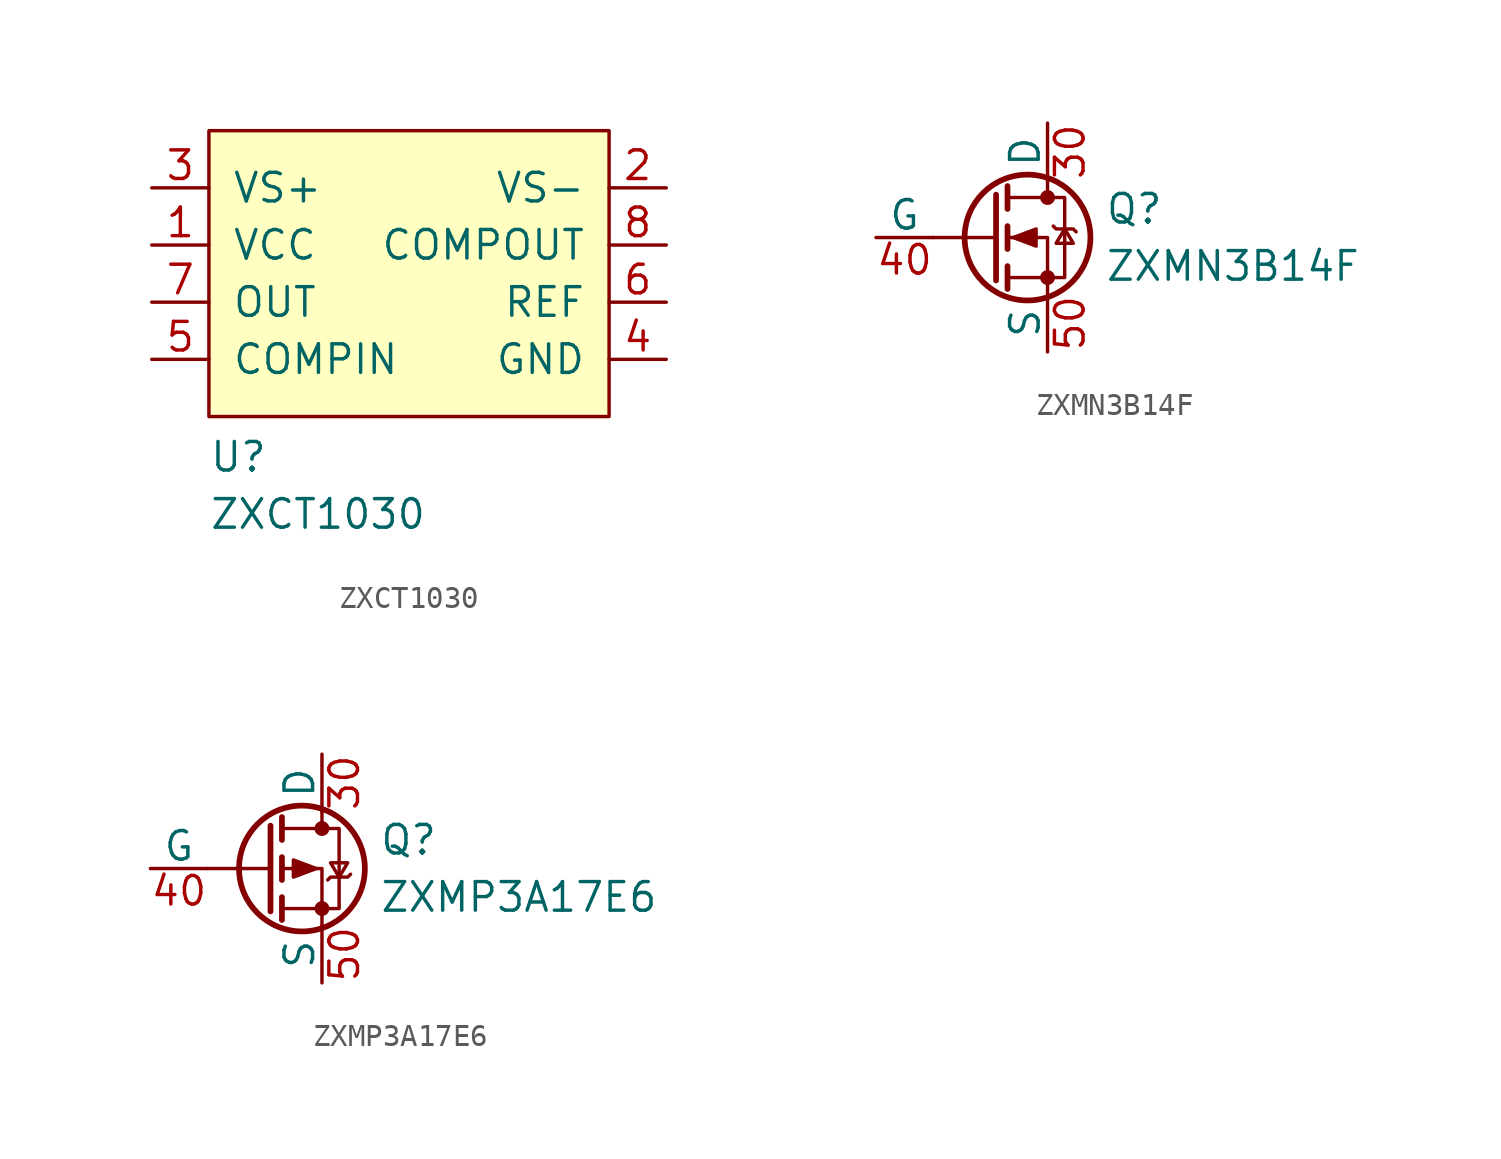
<source format=kicad_sym>
(kicad_symbol_lib
  (version 20211014)
  (generator kicad_symbol_editor)
  (symbol "ZXCT1030"
    (pin_names
      (offset 1.016))
    (property "Reference" "U"
      (at -8.89 -8.89 0)
      (effects (font (size 1.27 1.27)) (justify left bottom)))
    (property "Value" "ZXCT1030"
      (at -8.89 -11.43 0)
      (effects (font (size 1.27 1.27)) (justify left bottom)))
    (symbol "ZXCT1030_0_1"
      (rectangle (start -8.89 6.35) (end 8.89 -6.35) (stroke (width 0) (type default) (color 0 0 0 0)) (fill (type background))))
    (symbol "ZXCT1030_1_1"
      (pin passive line (at -11.43 1.27 0) (length 2.54) (name "VCC" (effects (font (size 1.27 1.27)))) (number "1" (effects (font (size 1.27 1.27)))))
      (pin passive line (at 11.43 3.81 180) (length 2.54) (name "VS-" (effects (font (size 1.27 1.27)))) (number "2" (effects (font (size 1.27 1.27)))))
      (pin passive line (at -11.43 3.81 0) (length 2.54) (name "VS+" (effects (font (size 1.27 1.27)))) (number "3" (effects (font (size 1.27 1.27)))))
      (pin passive line (at 11.43 -3.81 180) (length 2.54) (name "GND" (effects (font (size 1.27 1.27)))) (number "4" (effects (font (size 1.27 1.27)))))
      (pin passive line (at -11.43 -3.81 0) (length 2.54) (name "COMPIN" (effects (font (size 1.27 1.27)))) (number "5" (effects (font (size 1.27 1.27)))))
      (pin passive line (at 11.43 -1.27 180) (length 2.54) (name "REF" (effects (font (size 1.27 1.27)))) (number "6" (effects (font (size 1.27 1.27)))))
      (pin passive line (at -11.43 -1.27 0) (length 2.54) (name "OUT" (effects (font (size 1.27 1.27)))) (number "7" (effects (font (size 1.27 1.27)))))
      (pin passive line (at 11.43 1.27 180) (length 2.54) (name "COMPOUT" (effects (font (size 1.27 1.27)))) (number "8" (effects (font (size 1.27 1.27)))))))
  (symbol "ZXMN3B14F"
    (pin_names
      (offset 0))
    (property "Reference" "Q"
      (at 5.08 1.27 0)
      (effects (font (size 1.27 1.27)) (justify left)))
    (property "Value" "ZXMN3B14F"
      (at 5.08 -1.27 0)
      (effects (font (size 1.27 1.27)) (justify left)))
    (symbol "ZXMN3B14F_0_1"
      (polyline (pts (xy 0.254 0) (xy -2.54 0)) (stroke (width 0) (type default) (color 0 0 0 0)) (fill (type none)))
      (polyline (pts (xy 0.254 1.905) (xy 0.254 -1.905)) (stroke (width 0.254) (type default) (color 0 0 0 0)) (fill (type none)))
      (polyline (pts (xy 0.762 -1.27) (xy 0.762 -2.286)) (stroke (width 0.254) (type default) (color 0 0 0 0)) (fill (type none)))
      (polyline (pts (xy 0.762 0.508) (xy 0.762 -0.508)) (stroke (width 0.254) (type default) (color 0 0 0 0)) (fill (type none)))
      (polyline (pts (xy 0.762 2.286) (xy 0.762 1.27)) (stroke (width 0.254) (type default) (color 0 0 0 0)) (fill (type none)))
      (polyline (pts (xy 2.54 2.54) (xy 2.54 1.778)) (stroke (width 0) (type default) (color 0 0 0 0)) (fill (type none)))
      (polyline (pts (xy 2.54 -2.54) (xy 2.54 0) (xy 0.762 0)) (stroke (width 0) (type default) (color 0 0 0 0)) (fill (type none)))
      (polyline (pts (xy 0.762 -1.778) (xy 3.302 -1.778) (xy 3.302 1.778) (xy 0.762 1.778)) (stroke (width 0) (type default) (color 0 0 0 0)) (fill (type none)))
      (polyline (pts (xy 1.016 0) (xy 2.032 0.381) (xy 2.032 -0.381) (xy 1.016 0)) (stroke (width 0) (type default) (color 0 0 0 0)) (fill (type outline)))
      (polyline (pts (xy 2.794 0.508) (xy 2.921 0.381) (xy 3.683 0.381) (xy 3.81 0.254)) (stroke (width 0) (type default) (color 0 0 0 0)) (fill (type none)))
      (polyline (pts (xy 3.302 0.381) (xy 2.921 -0.254) (xy 3.683 -0.254) (xy 3.302 0.381)) (stroke (width 0) (type default) (color 0 0 0 0)) (fill (type none)))
      (circle (center 1.651 0) (radius 2.794) (stroke (width 0.254) (type default) (color 0 0 0 0)) (fill (type none)))
      (circle (center 2.54 -1.778) (radius 0.254) (stroke (width 0) (type default) (color 0 0 0 0)) (fill (type outline)))
      (circle (center 2.54 1.778) (radius 0.254) (stroke (width 0) (type default) (color 0 0 0 0)) (fill (type outline))))
    (symbol "ZXMN3B14F_1_1"
      (pin passive line (at 2.54 5.08 270) (length 2.54) (name "D" (effects (font (size 1.27 1.27)))) (number "30" (effects (font (size 1.27 1.27)))))
      (pin passive line (at -5.08 0 0) (length 2.54) (name "G" (effects (font (size 1.27 1.27)))) (number "40" (effects (font (size 1.27 1.27)))))
      (pin passive line (at 2.54 -5.08 90) (length 2.54) (name "S" (effects (font (size 1.27 1.27)))) (number "50" (effects (font (size 1.27 1.27)))))))
  (symbol "ZXMP3A17E6"
    (pin_names
      (offset 0))
    (property "Reference" "Q"
      (at 5.08 1.27 0)
      (effects (font (size 1.27 1.27)) (justify left)))
    (property "Value" "ZXMP3A17E6"
      (at 5.08 -1.27 0)
      (effects (font (size 1.27 1.27)) (justify left)))
    (symbol "ZXMP3A17E6_0_1"
      (polyline (pts (xy 0.254 0) (xy -2.54 0)) (stroke (width 0) (type default) (color 0 0 0 0)) (fill (type none)))
      (polyline (pts (xy 0.254 1.905) (xy 0.254 -1.905)) (stroke (width 0.254) (type default) (color 0 0 0 0)) (fill (type none)))
      (polyline (pts (xy 0.762 -1.27) (xy 0.762 -2.286)) (stroke (width 0.254) (type default) (color 0 0 0 0)) (fill (type none)))
      (polyline (pts (xy 0.762 0.508) (xy 0.762 -0.508)) (stroke (width 0.254) (type default) (color 0 0 0 0)) (fill (type none)))
      (polyline (pts (xy 0.762 2.286) (xy 0.762 1.27)) (stroke (width 0.254) (type default) (color 0 0 0 0)) (fill (type none)))
      (polyline (pts (xy 2.54 2.54) (xy 2.54 1.778)) (stroke (width 0) (type default) (color 0 0 0 0)) (fill (type none)))
      (polyline (pts (xy 2.54 -2.54) (xy 2.54 0) (xy 0.762 0)) (stroke (width 0) (type default) (color 0 0 0 0)) (fill (type none)))
      (polyline (pts (xy 0.762 1.778) (xy 3.302 1.778) (xy 3.302 -1.778) (xy 0.762 -1.778)) (stroke (width 0) (type default) (color 0 0 0 0)) (fill (type none)))
      (polyline (pts (xy 2.286 0) (xy 1.27 0.381) (xy 1.27 -0.381) (xy 2.286 0)) (stroke (width 0) (type default) (color 0 0 0 0)) (fill (type outline)))
      (polyline (pts (xy 2.794 -0.508) (xy 2.921 -0.381) (xy 3.683 -0.381) (xy 3.81 -0.254)) (stroke (width 0) (type default) (color 0 0 0 0)) (fill (type none)))
      (polyline (pts (xy 3.302 -0.381) (xy 2.921 0.254) (xy 3.683 0.254) (xy 3.302 -0.381)) (stroke (width 0) (type default) (color 0 0 0 0)) (fill (type none)))
      (circle (center 1.651 0) (radius 2.794) (stroke (width 0.254) (type default) (color 0 0 0 0)) (fill (type none)))
      (circle (center 2.54 -1.778) (radius 0.254) (stroke (width 0) (type default) (color 0 0 0 0)) (fill (type outline)))
      (circle (center 2.54 1.778) (radius 0.254) (stroke (width 0) (type default) (color 0 0 0 0)) (fill (type outline))))
    (symbol "ZXMP3A17E6_1_1"
      (pin passive line (at 2.54 5.08 270) (length 2.54) (name "D" (effects (font (size 1.27 1.27)))) (number "30" (effects (font (size 1.27 1.27)))))
      (pin passive line (at -5.08 0 0) (length 2.54) (name "G" (effects (font (size 1.27 1.27)))) (number "40" (effects (font (size 1.27 1.27)))))
      (pin passive line (at 2.54 -5.08 90) (length 2.54) (name "S" (effects (font (size 1.27 1.27)))) (number "50" (effects (font (size 1.27 1.27))))))))
</source>
